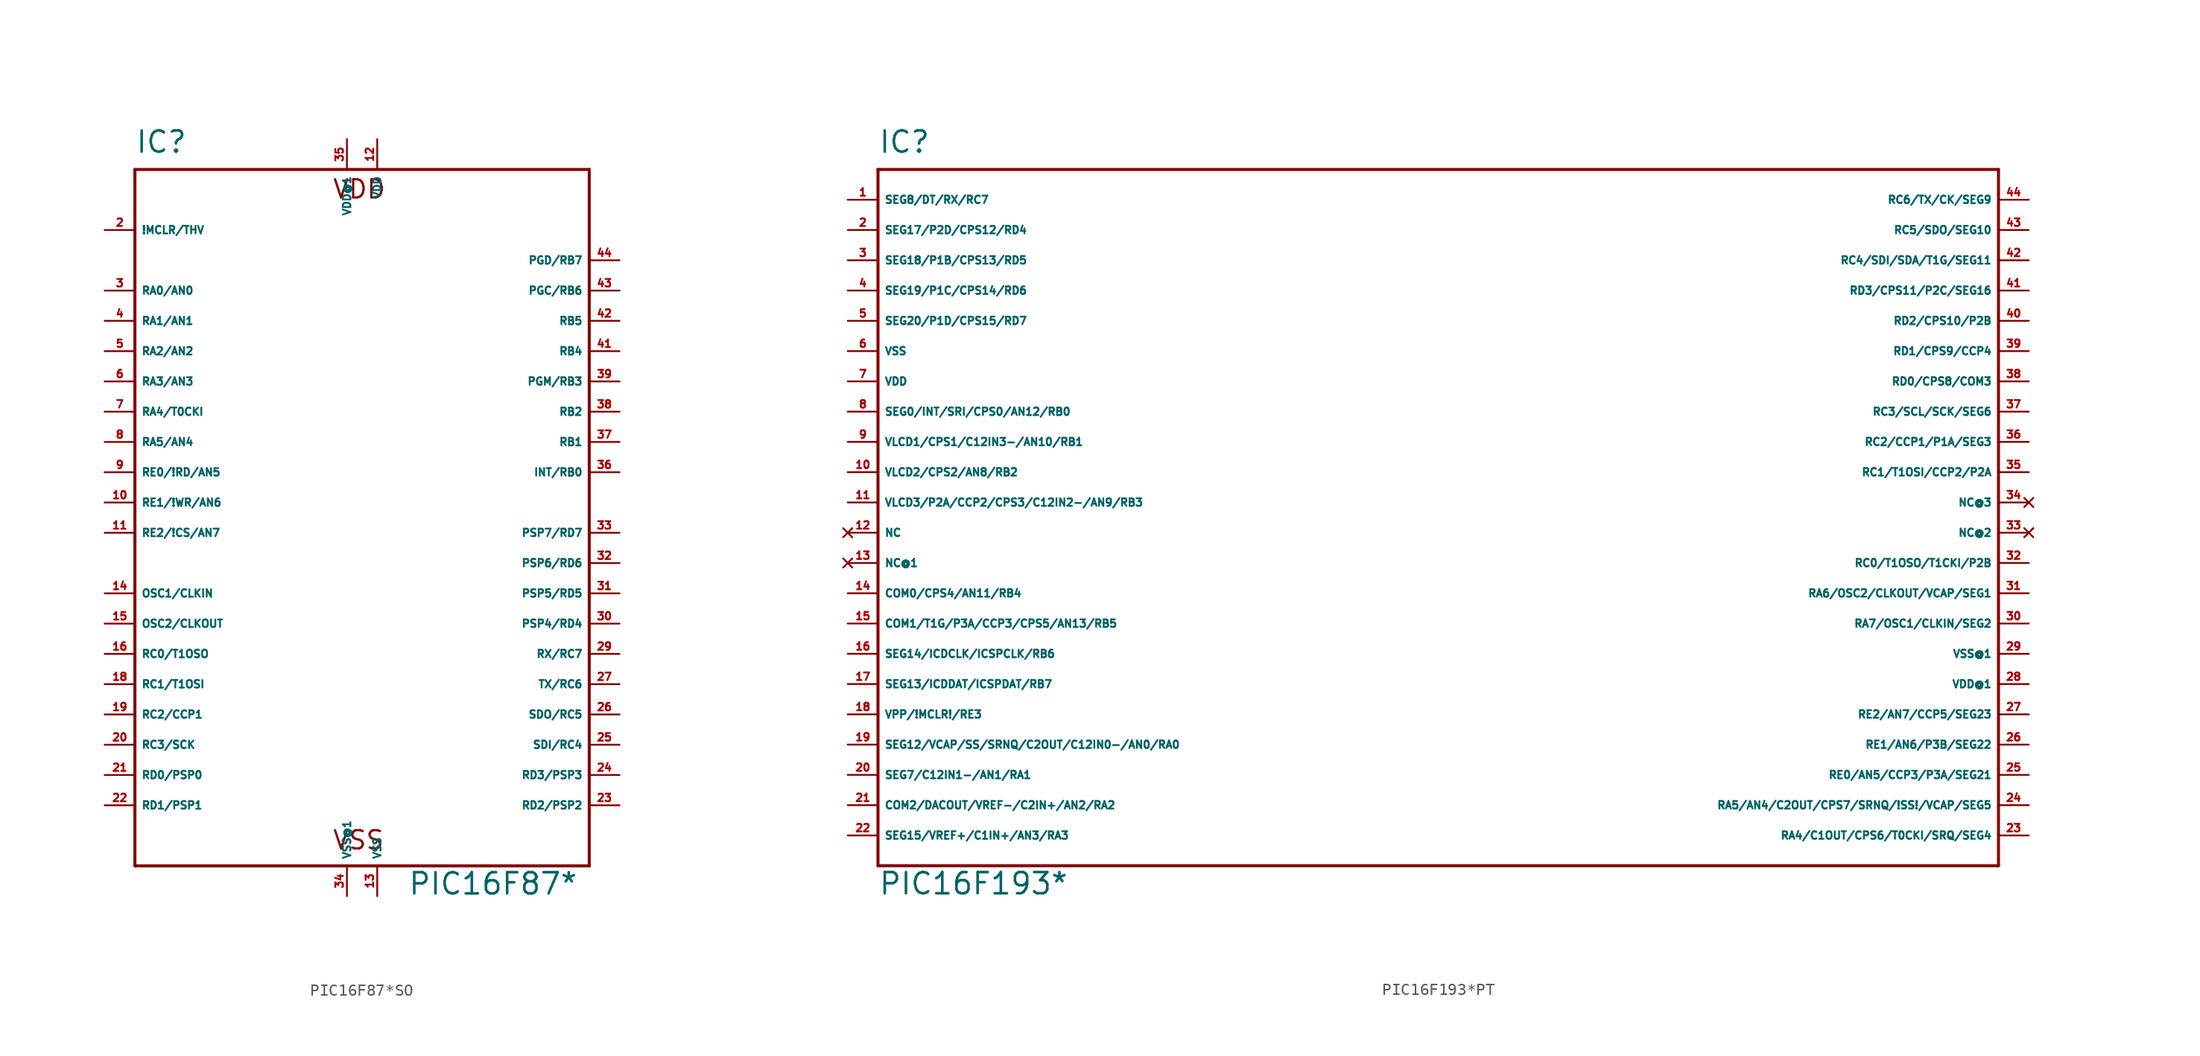
<source format=kicad_sym>
(kicad_symbol_lib
  (version 20220914)
  (generator Eagle2Kicad)
  (symbol "PIC16F87*SO"
    (property "Reference" "IC"
      (at -20.32 29.21 0)
      (effects (font (size 1.778 1.778) (thickness 0.22)) (justify left bottom)))
    (property "Value" "PIC16F87*"
      (at 2.54 -33.02 0)
      (effects (font (size 1.778 1.778) (thickness 0.22)) (justify left bottom)))
    (polyline
      (pts (xy -20.32 27.94) (xy 17.78 27.94))
      (stroke (width 0.254) (type default))
      (fill (type none)))
    (polyline
      (pts (xy 17.78 27.94) (xy 17.78 -30.48))
      (stroke (width 0.254) (type default))
      (fill (type none)))
    (polyline
      (pts (xy 17.78 -30.48) (xy -20.32 -30.48))
      (stroke (width 0.254) (type default))
      (fill (type none)))
    (polyline
      (pts (xy -20.32 -30.48) (xy -20.32 27.94))
      (stroke (width 0.254) (type default))
      (fill (type none)))
    (text "VDD"
      (at -3.81 25.4 0)
      (effects (font (size 1.524 1.524) (thickness 0.19)) (justify left bottom)))
    (text "VSS"
      (at -3.81 -29.21 0)
      (effects (font (size 1.524 1.524) (thickness 0.19)) (justify left bottom)))
    (pin input line
      (at -22.86 22.86 0)
      (length 2.54)
      (name "!MCLR/THV" (effects (font (size 0.635 0.635) (thickness 0.08)) (justify left bottom)))
      (number "2" (effects (font (size 0.635 0.635) (thickness 0.08)) (justify left bottom))))
    (pin bidirectional line
      (at -22.86 17.78 0)
      (length 2.54)
      (name "RA0/AN0" (effects (font (size 0.635 0.635) (thickness 0.08)) (justify left bottom)))
      (number "3" (effects (font (size 0.635 0.635) (thickness 0.08)) (justify left bottom))))
    (pin bidirectional line
      (at -22.86 15.24 0)
      (length 2.54)
      (name "RA1/AN1" (effects (font (size 0.635 0.635) (thickness 0.08)) (justify left bottom)))
      (number "4" (effects (font (size 0.635 0.635) (thickness 0.08)) (justify left bottom))))
    (pin bidirectional line
      (at -22.86 12.7 0)
      (length 2.54)
      (name "RA2/AN2" (effects (font (size 0.635 0.635) (thickness 0.08)) (justify left bottom)))
      (number "5" (effects (font (size 0.635 0.635) (thickness 0.08)) (justify left bottom))))
    (pin bidirectional line
      (at -22.86 10.16 0)
      (length 2.54)
      (name "RA3/AN3" (effects (font (size 0.635 0.635) (thickness 0.08)) (justify left bottom)))
      (number "6" (effects (font (size 0.635 0.635) (thickness 0.08)) (justify left bottom))))
    (pin bidirectional line
      (at -22.86 7.62 0)
      (length 2.54)
      (name "RA4/T0CKI" (effects (font (size 0.635 0.635) (thickness 0.08)) (justify left bottom)))
      (number "7" (effects (font (size 0.635 0.635) (thickness 0.08)) (justify left bottom))))
    (pin bidirectional line
      (at -22.86 5.08 0)
      (length 2.54)
      (name "RA5/AN4" (effects (font (size 0.635 0.635) (thickness 0.08)) (justify left bottom)))
      (number "8" (effects (font (size 0.635 0.635) (thickness 0.08)) (justify left bottom))))
    (pin bidirectional line
      (at -22.86 2.54 0)
      (length 2.54)
      (name "RE0/!RD/AN5" (effects (font (size 0.635 0.635) (thickness 0.08)) (justify left bottom)))
      (number "9" (effects (font (size 0.635 0.635) (thickness 0.08)) (justify left bottom))))
    (pin bidirectional line
      (at -22.86 0 0)
      (length 2.54)
      (name "RE1/!WR/AN6" (effects (font (size 0.635 0.635) (thickness 0.08)) (justify left bottom)))
      (number "10" (effects (font (size 0.635 0.635) (thickness 0.08)) (justify left bottom))))
    (pin bidirectional line
      (at -22.86 -2.54 0)
      (length 2.54)
      (name "RE2/!CS/AN7" (effects (font (size 0.635 0.635) (thickness 0.08)) (justify left bottom)))
      (number "11" (effects (font (size 0.635 0.635) (thickness 0.08)) (justify left bottom))))
    (pin input line
      (at -22.86 -7.62 0)
      (length 2.54)
      (name "OSC1/CLKIN" (effects (font (size 0.635 0.635) (thickness 0.08)) (justify left bottom)))
      (number "14" (effects (font (size 0.635 0.635) (thickness 0.08)) (justify left bottom))))
    (pin output line
      (at -22.86 -10.16 0)
      (length 2.54)
      (name "OSC2/CLKOUT" (effects (font (size 0.635 0.635) (thickness 0.08)) (justify left bottom)))
      (number "15" (effects (font (size 0.635 0.635) (thickness 0.08)) (justify left bottom))))
    (pin bidirectional line
      (at -22.86 -12.7 0)
      (length 2.54)
      (name "RC0/T1OSO" (effects (font (size 0.635 0.635) (thickness 0.08)) (justify left bottom)))
      (number "16" (effects (font (size 0.635 0.635) (thickness 0.08)) (justify left bottom))))
    (pin bidirectional line
      (at -22.86 -15.24 0)
      (length 2.54)
      (name "RC1/T1OSI" (effects (font (size 0.635 0.635) (thickness 0.08)) (justify left bottom)))
      (number "18" (effects (font (size 0.635 0.635) (thickness 0.08)) (justify left bottom))))
    (pin bidirectional line
      (at -22.86 -17.78 0)
      (length 2.54)
      (name "RC2/CCP1" (effects (font (size 0.635 0.635) (thickness 0.08)) (justify left bottom)))
      (number "19" (effects (font (size 0.635 0.635) (thickness 0.08)) (justify left bottom))))
    (pin bidirectional line
      (at -22.86 -20.32 0)
      (length 2.54)
      (name "RC3/SCK" (effects (font (size 0.635 0.635) (thickness 0.08)) (justify left bottom)))
      (number "20" (effects (font (size 0.635 0.635) (thickness 0.08)) (justify left bottom))))
    (pin bidirectional line
      (at -22.86 -22.86 0)
      (length 2.54)
      (name "RD0/PSP0" (effects (font (size 0.635 0.635) (thickness 0.08)) (justify left bottom)))
      (number "21" (effects (font (size 0.635 0.635) (thickness 0.08)) (justify left bottom))))
    (pin bidirectional line
      (at -22.86 -25.4 0)
      (length 2.54)
      (name "RD1/PSP1" (effects (font (size 0.635 0.635) (thickness 0.08)) (justify left bottom)))
      (number "22" (effects (font (size 0.635 0.635) (thickness 0.08)) (justify left bottom))))
    (pin bidirectional line
      (at 20.32 -25.4 180)
      (length 2.54)
      (name "RD2/PSP2" (effects (font (size 0.635 0.635) (thickness 0.08)) (justify left bottom)))
      (number "23" (effects (font (size 0.635 0.635) (thickness 0.08)) (justify left bottom))))
    (pin bidirectional line
      (at 20.32 -22.86 180)
      (length 2.54)
      (name "RD3/PSP3" (effects (font (size 0.635 0.635) (thickness 0.08)) (justify left bottom)))
      (number "24" (effects (font (size 0.635 0.635) (thickness 0.08)) (justify left bottom))))
    (pin bidirectional line
      (at 20.32 -20.32 180)
      (length 2.54)
      (name "SDI/RC4" (effects (font (size 0.635 0.635) (thickness 0.08)) (justify left bottom)))
      (number "25" (effects (font (size 0.635 0.635) (thickness 0.08)) (justify left bottom))))
    (pin bidirectional line
      (at 20.32 -17.78 180)
      (length 2.54)
      (name "SDO/RC5" (effects (font (size 0.635 0.635) (thickness 0.08)) (justify left bottom)))
      (number "26" (effects (font (size 0.635 0.635) (thickness 0.08)) (justify left bottom))))
    (pin bidirectional line
      (at 20.32 -15.24 180)
      (length 2.54)
      (name "TX/RC6" (effects (font (size 0.635 0.635) (thickness 0.08)) (justify left bottom)))
      (number "27" (effects (font (size 0.635 0.635) (thickness 0.08)) (justify left bottom))))
    (pin bidirectional line
      (at 20.32 -12.7 180)
      (length 2.54)
      (name "RX/RC7" (effects (font (size 0.635 0.635) (thickness 0.08)) (justify left bottom)))
      (number "29" (effects (font (size 0.635 0.635) (thickness 0.08)) (justify left bottom))))
    (pin bidirectional line
      (at 20.32 -10.16 180)
      (length 2.54)
      (name "PSP4/RD4" (effects (font (size 0.635 0.635) (thickness 0.08)) (justify left bottom)))
      (number "30" (effects (font (size 0.635 0.635) (thickness 0.08)) (justify left bottom))))
    (pin bidirectional line
      (at 20.32 -7.62 180)
      (length 2.54)
      (name "PSP5/RD5" (effects (font (size 0.635 0.635) (thickness 0.08)) (justify left bottom)))
      (number "31" (effects (font (size 0.635 0.635) (thickness 0.08)) (justify left bottom))))
    (pin bidirectional line
      (at 20.32 -5.08 180)
      (length 2.54)
      (name "PSP6/RD6" (effects (font (size 0.635 0.635) (thickness 0.08)) (justify left bottom)))
      (number "32" (effects (font (size 0.635 0.635) (thickness 0.08)) (justify left bottom))))
    (pin bidirectional line
      (at 20.32 -2.54 180)
      (length 2.54)
      (name "PSP7/RD7" (effects (font (size 0.635 0.635) (thickness 0.08)) (justify left bottom)))
      (number "33" (effects (font (size 0.635 0.635) (thickness 0.08)) (justify left bottom))))
    (pin unspecified line
      (at 0 -33.02 90)
      (length 2.54)
      (name "VSS" (effects (font (size 0.635 0.635) (thickness 0.08)) (justify left bottom)))
      (number "13" (effects (font (size 0.635 0.635) (thickness 0.08)) (justify left bottom))))
    (pin unspecified line
      (at 0 30.48 270)
      (length 2.54)
      (name "VDD" (effects (font (size 0.635 0.635) (thickness 0.08)) (justify left bottom)))
      (number "12" (effects (font (size 0.635 0.635) (thickness 0.08)) (justify left bottom))))
    (pin bidirectional line
      (at 20.32 2.54 180)
      (length 2.54)
      (name "INT/RB0" (effects (font (size 0.635 0.635) (thickness 0.08)) (justify left bottom)))
      (number "36" (effects (font (size 0.635 0.635) (thickness 0.08)) (justify left bottom))))
    (pin bidirectional line
      (at 20.32 5.08 180)
      (length 2.54)
      (name "RB1" (effects (font (size 0.635 0.635) (thickness 0.08)) (justify left bottom)))
      (number "37" (effects (font (size 0.635 0.635) (thickness 0.08)) (justify left bottom))))
    (pin bidirectional line
      (at 20.32 7.62 180)
      (length 2.54)
      (name "RB2" (effects (font (size 0.635 0.635) (thickness 0.08)) (justify left bottom)))
      (number "38" (effects (font (size 0.635 0.635) (thickness 0.08)) (justify left bottom))))
    (pin bidirectional line
      (at 20.32 10.16 180)
      (length 2.54)
      (name "PGM/RB3" (effects (font (size 0.635 0.635) (thickness 0.08)) (justify left bottom)))
      (number "39" (effects (font (size 0.635 0.635) (thickness 0.08)) (justify left bottom))))
    (pin bidirectional line
      (at 20.32 12.7 180)
      (length 2.54)
      (name "RB4" (effects (font (size 0.635 0.635) (thickness 0.08)) (justify left bottom)))
      (number "41" (effects (font (size 0.635 0.635) (thickness 0.08)) (justify left bottom))))
    (pin bidirectional line
      (at 20.32 15.24 180)
      (length 2.54)
      (name "RB5" (effects (font (size 0.635 0.635) (thickness 0.08)) (justify left bottom)))
      (number "42" (effects (font (size 0.635 0.635) (thickness 0.08)) (justify left bottom))))
    (pin bidirectional line
      (at 20.32 17.78 180)
      (length 2.54)
      (name "PGC/RB6" (effects (font (size 0.635 0.635) (thickness 0.08)) (justify left bottom)))
      (number "43" (effects (font (size 0.635 0.635) (thickness 0.08)) (justify left bottom))))
    (pin bidirectional line
      (at 20.32 20.32 180)
      (length 2.54)
      (name "PGD/RB7" (effects (font (size 0.635 0.635) (thickness 0.08)) (justify left bottom)))
      (number "44" (effects (font (size 0.635 0.635) (thickness 0.08)) (justify left bottom))))
    (pin unspecified line
      (at -2.54 30.48 270)
      (length 2.54)
      (name "VDD@1" (effects (font (size 0.635 0.635) (thickness 0.08)) (justify left bottom)))
      (number "35" (effects (font (size 0.635 0.635) (thickness 0.08)) (justify left bottom))))
    (pin unspecified line
      (at -2.54 -33.02 90)
      (length 2.54)
      (name "VSS@1" (effects (font (size 0.635 0.635) (thickness 0.08)) (justify left bottom)))
      (number "34" (effects (font (size 0.635 0.635) (thickness 0.08)) (justify left bottom)))))
  (symbol "PIC16F193*PT"
    (property "Reference" "IC"
      (at -48.26 31.75 0)
      (effects (font (size 1.778 1.778) (thickness 0.22)) (justify left bottom)))
    (property "Value" "PIC16F193*"
      (at -48.26 -30.48 0)
      (effects (font (size 1.778 1.778) (thickness 0.22)) (justify left bottom)))
    (polyline
      (pts (xy -48.26 -27.94) (xy 45.72 -27.94))
      (stroke (width 0.254) (type default))
      (fill (type none)))
    (polyline
      (pts (xy 45.72 -27.94) (xy 45.72 30.48))
      (stroke (width 0.254) (type default))
      (fill (type none)))
    (polyline
      (pts (xy 45.72 30.48) (xy -48.26 30.48))
      (stroke (width 0.254) (type default))
      (fill (type none)))
    (polyline
      (pts (xy -48.26 30.48) (xy -48.26 -27.94))
      (stroke (width 0.254) (type default))
      (fill (type none)))
    (pin bidirectional line
      (at -50.8 27.94 0)
      (length 2.54)
      (name "SEG8/DT/RX/RC7" (effects (font (size 0.635 0.635) (thickness 0.08)) (justify left bottom)))
      (number "1" (effects (font (size 0.635 0.635) (thickness 0.08)) (justify left bottom))))
    (pin bidirectional line
      (at -50.8 25.4 0)
      (length 2.54)
      (name "SEG17/P2D/CPS12/RD4" (effects (font (size 0.635 0.635) (thickness 0.08)) (justify left bottom)))
      (number "2" (effects (font (size 0.635 0.635) (thickness 0.08)) (justify left bottom))))
    (pin bidirectional line
      (at -50.8 22.86 0)
      (length 2.54)
      (name "SEG18/P1B/CPS13/RD5" (effects (font (size 0.635 0.635) (thickness 0.08)) (justify left bottom)))
      (number "3" (effects (font (size 0.635 0.635) (thickness 0.08)) (justify left bottom))))
    (pin bidirectional line
      (at -50.8 20.32 0)
      (length 2.54)
      (name "SEG19/P1C/CPS14/RD6" (effects (font (size 0.635 0.635) (thickness 0.08)) (justify left bottom)))
      (number "4" (effects (font (size 0.635 0.635) (thickness 0.08)) (justify left bottom))))
    (pin bidirectional line
      (at -50.8 17.78 0)
      (length 2.54)
      (name "SEG20/P1D/CPS15/RD7" (effects (font (size 0.635 0.635) (thickness 0.08)) (justify left bottom)))
      (number "5" (effects (font (size 0.635 0.635) (thickness 0.08)) (justify left bottom))))
    (pin unspecified line
      (at -50.8 15.24 0)
      (length 2.54)
      (name "VSS" (effects (font (size 0.635 0.635) (thickness 0.08)) (justify left bottom)))
      (number "6" (effects (font (size 0.635 0.635) (thickness 0.08)) (justify left bottom))))
    (pin unspecified line
      (at -50.8 12.7 0)
      (length 2.54)
      (name "VDD" (effects (font (size 0.635 0.635) (thickness 0.08)) (justify left bottom)))
      (number "7" (effects (font (size 0.635 0.635) (thickness 0.08)) (justify left bottom))))
    (pin bidirectional line
      (at -50.8 10.16 0)
      (length 2.54)
      (name "SEG0/INT/SRI/CPS0/AN12/RB0" (effects (font (size 0.635 0.635) (thickness 0.08)) (justify left bottom)))
      (number "8" (effects (font (size 0.635 0.635) (thickness 0.08)) (justify left bottom))))
    (pin bidirectional line
      (at -50.8 7.62 0)
      (length 2.54)
      (name "VLCD1/CPS1/C12IN3-/AN10/RB1" (effects (font (size 0.635 0.635) (thickness 0.08)) (justify left bottom)))
      (number "9" (effects (font (size 0.635 0.635) (thickness 0.08)) (justify left bottom))))
    (pin bidirectional line
      (at -50.8 5.08 0)
      (length 2.54)
      (name "VLCD2/CPS2/AN8/RB2" (effects (font (size 0.635 0.635) (thickness 0.08)) (justify left bottom)))
      (number "10" (effects (font (size 0.635 0.635) (thickness 0.08)) (justify left bottom))))
    (pin bidirectional line
      (at -50.8 2.54 0)
      (length 2.54)
      (name "VLCD3/P2A/CCP2/CPS3/C12IN2-/AN9/RB3" (effects (font (size 0.635 0.635) (thickness 0.08)) (justify left bottom)))
      (number "11" (effects (font (size 0.635 0.635) (thickness 0.08)) (justify left bottom))))
    (pin no_connect line
      (at -50.8 0 0)
      (length 2.54)
      (name "NC" (effects (font (size 0.635 0.635) (thickness 0.08)) (justify left bottom) hide))
      (number "12" (effects (font (size 0.635 0.635) (thickness 0.08)) (justify left bottom) hide)))
    (pin no_connect line
      (at -50.8 -2.54 0)
      (length 2.54)
      (name "NC@1" (effects (font (size 0.635 0.635) (thickness 0.08)) (justify left bottom) hide))
      (number "13" (effects (font (size 0.635 0.635) (thickness 0.08)) (justify left bottom) hide)))
    (pin bidirectional line
      (at -50.8 -5.08 0)
      (length 2.54)
      (name "COM0/CPS4/AN11/RB4" (effects (font (size 0.635 0.635) (thickness 0.08)) (justify left bottom)))
      (number "14" (effects (font (size 0.635 0.635) (thickness 0.08)) (justify left bottom))))
    (pin bidirectional line
      (at -50.8 -7.62 0)
      (length 2.54)
      (name "COM1/T1G/P3A/CCP3/CPS5/AN13/RB5" (effects (font (size 0.635 0.635) (thickness 0.08)) (justify left bottom)))
      (number "15" (effects (font (size 0.635 0.635) (thickness 0.08)) (justify left bottom))))
    (pin bidirectional line
      (at -50.8 -10.16 0)
      (length 2.54)
      (name "SEG14/ICDCLK/ICSPCLK/RB6" (effects (font (size 0.635 0.635) (thickness 0.08)) (justify left bottom)))
      (number "16" (effects (font (size 0.635 0.635) (thickness 0.08)) (justify left bottom))))
    (pin bidirectional line
      (at -50.8 -12.7 0)
      (length 2.54)
      (name "SEG13/ICDDAT/ICSPDAT/RB7" (effects (font (size 0.635 0.635) (thickness 0.08)) (justify left bottom)))
      (number "17" (effects (font (size 0.635 0.635) (thickness 0.08)) (justify left bottom))))
    (pin input line
      (at -50.8 -15.24 0)
      (length 2.54)
      (name "VPP/!MCLR!/RE3" (effects (font (size 0.635 0.635) (thickness 0.08)) (justify left bottom)))
      (number "18" (effects (font (size 0.635 0.635) (thickness 0.08)) (justify left bottom))))
    (pin bidirectional line
      (at -50.8 -17.78 0)
      (length 2.54)
      (name "SEG12/VCAP/SS/SRNQ/C2OUT/C12IN0-/AN0/RA0" (effects (font (size 0.635 0.635) (thickness 0.08)) (justify left bottom)))
      (number "19" (effects (font (size 0.635 0.635) (thickness 0.08)) (justify left bottom))))
    (pin bidirectional line
      (at -50.8 -20.32 0)
      (length 2.54)
      (name "SEG7/C12IN1-/AN1/RA1" (effects (font (size 0.635 0.635) (thickness 0.08)) (justify left bottom)))
      (number "20" (effects (font (size 0.635 0.635) (thickness 0.08)) (justify left bottom))))
    (pin bidirectional line
      (at -50.8 -22.86 0)
      (length 2.54)
      (name "COM2/DACOUT/VREF-/C2IN+/AN2/RA2" (effects (font (size 0.635 0.635) (thickness 0.08)) (justify left bottom)))
      (number "21" (effects (font (size 0.635 0.635) (thickness 0.08)) (justify left bottom))))
    (pin bidirectional line
      (at -50.8 -25.4 0)
      (length 2.54)
      (name "SEG15/VREF+/C1IN+/AN3/RA3" (effects (font (size 0.635 0.635) (thickness 0.08)) (justify left bottom)))
      (number "22" (effects (font (size 0.635 0.635) (thickness 0.08)) (justify left bottom))))
    (pin bidirectional line
      (at 48.26 -25.4 180)
      (length 2.54)
      (name "RA4/C1OUT/CPS6/T0CKI/SRQ/SEG4" (effects (font (size 0.635 0.635) (thickness 0.08)) (justify left bottom)))
      (number "23" (effects (font (size 0.635 0.635) (thickness 0.08)) (justify left bottom))))
    (pin bidirectional line
      (at 48.26 -22.86 180)
      (length 2.54)
      (name "RA5/AN4/C2OUT/CPS7/SRNQ/!SS!/VCAP/SEG5" (effects (font (size 0.635 0.635) (thickness 0.08)) (justify left bottom)))
      (number "24" (effects (font (size 0.635 0.635) (thickness 0.08)) (justify left bottom))))
    (pin bidirectional line
      (at 48.26 -20.32 180)
      (length 2.54)
      (name "RE0/AN5/CCP3/P3A/SEG21" (effects (font (size 0.635 0.635) (thickness 0.08)) (justify left bottom)))
      (number "25" (effects (font (size 0.635 0.635) (thickness 0.08)) (justify left bottom))))
    (pin bidirectional line
      (at 48.26 -17.78 180)
      (length 2.54)
      (name "RE1/AN6/P3B/SEG22" (effects (font (size 0.635 0.635) (thickness 0.08)) (justify left bottom)))
      (number "26" (effects (font (size 0.635 0.635) (thickness 0.08)) (justify left bottom))))
    (pin bidirectional line
      (at 48.26 -15.24 180)
      (length 2.54)
      (name "RE2/AN7/CCP5/SEG23" (effects (font (size 0.635 0.635) (thickness 0.08)) (justify left bottom)))
      (number "27" (effects (font (size 0.635 0.635) (thickness 0.08)) (justify left bottom))))
    (pin unspecified line
      (at 48.26 -12.7 180)
      (length 2.54)
      (name "VDD@1" (effects (font (size 0.635 0.635) (thickness 0.08)) (justify left bottom)))
      (number "28" (effects (font (size 0.635 0.635) (thickness 0.08)) (justify left bottom))))
    (pin unspecified line
      (at 48.26 -10.16 180)
      (length 2.54)
      (name "VSS@1" (effects (font (size 0.635 0.635) (thickness 0.08)) (justify left bottom)))
      (number "29" (effects (font (size 0.635 0.635) (thickness 0.08)) (justify left bottom))))
    (pin bidirectional line
      (at 48.26 -7.62 180)
      (length 2.54)
      (name "RA7/OSC1/CLKIN/SEG2" (effects (font (size 0.635 0.635) (thickness 0.08)) (justify left bottom)))
      (number "30" (effects (font (size 0.635 0.635) (thickness 0.08)) (justify left bottom))))
    (pin bidirectional line
      (at 48.26 -5.08 180)
      (length 2.54)
      (name "RA6/OSC2/CLKOUT/VCAP/SEG1" (effects (font (size 0.635 0.635) (thickness 0.08)) (justify left bottom)))
      (number "31" (effects (font (size 0.635 0.635) (thickness 0.08)) (justify left bottom))))
    (pin bidirectional line
      (at 48.26 -2.54 180)
      (length 2.54)
      (name "RC0/T1OSO/T1CKI/P2B" (effects (font (size 0.635 0.635) (thickness 0.08)) (justify left bottom)))
      (number "32" (effects (font (size 0.635 0.635) (thickness 0.08)) (justify left bottom))))
    (pin no_connect line
      (at 48.26 0 180)
      (length 2.54)
      (name "NC@2" (effects (font (size 0.635 0.635) (thickness 0.08)) (justify left bottom) hide))
      (number "33" (effects (font (size 0.635 0.635) (thickness 0.08)) (justify left bottom) hide)))
    (pin no_connect line
      (at 48.26 2.54 180)
      (length 2.54)
      (name "NC@3" (effects (font (size 0.635 0.635) (thickness 0.08)) (justify left bottom) hide))
      (number "34" (effects (font (size 0.635 0.635) (thickness 0.08)) (justify left bottom) hide)))
    (pin bidirectional line
      (at 48.26 5.08 180)
      (length 2.54)
      (name "RC1/T1OSI/CCP2/P2A" (effects (font (size 0.635 0.635) (thickness 0.08)) (justify left bottom)))
      (number "35" (effects (font (size 0.635 0.635) (thickness 0.08)) (justify left bottom))))
    (pin bidirectional line
      (at 48.26 7.62 180)
      (length 2.54)
      (name "RC2/CCP1/P1A/SEG3" (effects (font (size 0.635 0.635) (thickness 0.08)) (justify left bottom)))
      (number "36" (effects (font (size 0.635 0.635) (thickness 0.08)) (justify left bottom))))
    (pin bidirectional line
      (at 48.26 10.16 180)
      (length 2.54)
      (name "RC3/SCL/SCK/SEG6" (effects (font (size 0.635 0.635) (thickness 0.08)) (justify left bottom)))
      (number "37" (effects (font (size 0.635 0.635) (thickness 0.08)) (justify left bottom))))
    (pin bidirectional line
      (at 48.26 12.7 180)
      (length 2.54)
      (name "RD0/CPS8/COM3" (effects (font (size 0.635 0.635) (thickness 0.08)) (justify left bottom)))
      (number "38" (effects (font (size 0.635 0.635) (thickness 0.08)) (justify left bottom))))
    (pin bidirectional line
      (at 48.26 15.24 180)
      (length 2.54)
      (name "RD1/CPS9/CCP4" (effects (font (size 0.635 0.635) (thickness 0.08)) (justify left bottom)))
      (number "39" (effects (font (size 0.635 0.635) (thickness 0.08)) (justify left bottom))))
    (pin bidirectional line
      (at 48.26 17.78 180)
      (length 2.54)
      (name "RD2/CPS10/P2B" (effects (font (size 0.635 0.635) (thickness 0.08)) (justify left bottom)))
      (number "40" (effects (font (size 0.635 0.635) (thickness 0.08)) (justify left bottom))))
    (pin bidirectional line
      (at 48.26 20.32 180)
      (length 2.54)
      (name "RD3/CPS11/P2C/SEG16" (effects (font (size 0.635 0.635) (thickness 0.08)) (justify left bottom)))
      (number "41" (effects (font (size 0.635 0.635) (thickness 0.08)) (justify left bottom))))
    (pin bidirectional line
      (at 48.26 22.86 180)
      (length 2.54)
      (name "RC4/SDI/SDA/T1G/SEG11" (effects (font (size 0.635 0.635) (thickness 0.08)) (justify left bottom)))
      (number "42" (effects (font (size 0.635 0.635) (thickness 0.08)) (justify left bottom))))
    (pin bidirectional line
      (at 48.26 25.4 180)
      (length 2.54)
      (name "RC5/SDO/SEG10" (effects (font (size 0.635 0.635) (thickness 0.08)) (justify left bottom)))
      (number "43" (effects (font (size 0.635 0.635) (thickness 0.08)) (justify left bottom))))
    (pin bidirectional line
      (at 48.26 27.94 180)
      (length 2.54)
      (name "RC6/TX/CK/SEG9" (effects (font (size 0.635 0.635) (thickness 0.08)) (justify left bottom)))
      (number "44" (effects (font (size 0.635 0.635) (thickness 0.08)) (justify left bottom))))))
</source>
